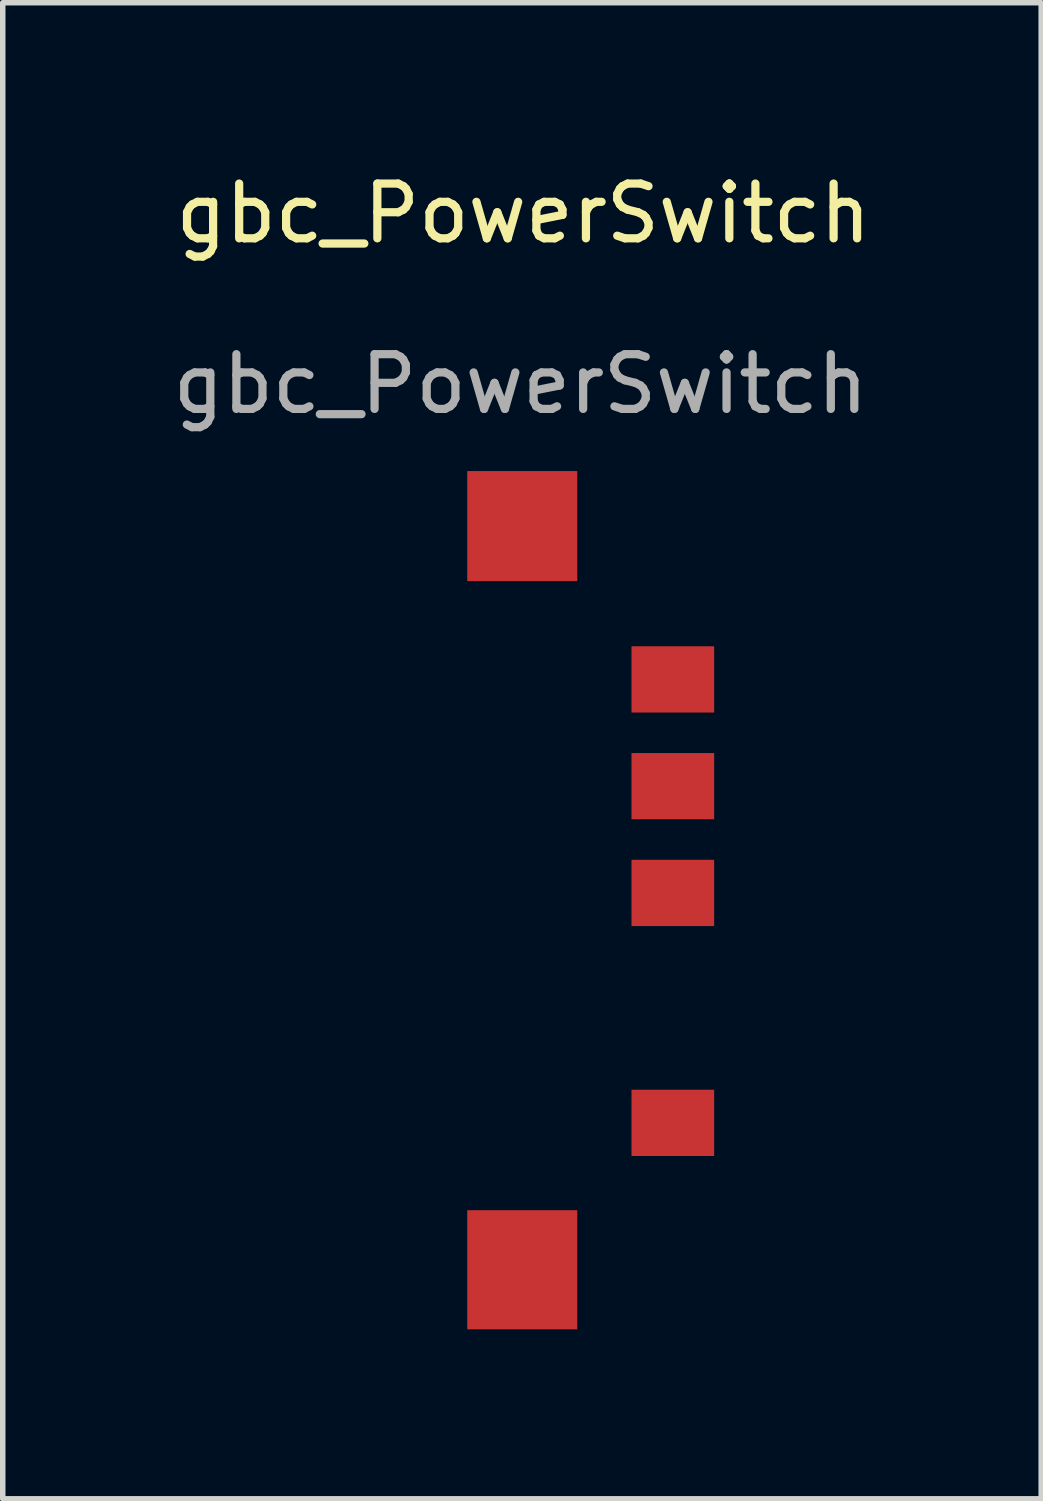
<source format=kicad_pcb>
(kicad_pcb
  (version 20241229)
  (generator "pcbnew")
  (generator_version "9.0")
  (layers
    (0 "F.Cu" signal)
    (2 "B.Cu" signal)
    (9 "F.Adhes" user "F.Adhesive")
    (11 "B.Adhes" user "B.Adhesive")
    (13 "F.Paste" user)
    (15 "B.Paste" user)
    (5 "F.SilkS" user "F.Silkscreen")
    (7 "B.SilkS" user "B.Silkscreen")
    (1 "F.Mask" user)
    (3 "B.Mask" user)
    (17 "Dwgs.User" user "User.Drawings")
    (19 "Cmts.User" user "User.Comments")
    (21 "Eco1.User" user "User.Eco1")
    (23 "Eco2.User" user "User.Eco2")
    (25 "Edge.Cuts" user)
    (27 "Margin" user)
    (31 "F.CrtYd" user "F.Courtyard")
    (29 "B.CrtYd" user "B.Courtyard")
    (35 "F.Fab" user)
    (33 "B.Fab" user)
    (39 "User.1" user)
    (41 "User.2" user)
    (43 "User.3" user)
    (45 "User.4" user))
  (footprint "gbc_PowerSwitch"
    (layer "F.Cu")
    (at 6.489 13.234)
    (property "Reference" "gbc_PowerSwitch" (at 0.02 -12.386 0) (unlocked yes) (layer "F.SilkS") (effects (font (size 1 1) (thickness 0.15))))
    (attr smd)
    (fp_poly (pts (xy 1 -5.675) (xy -1 -5.675) (xy -1 -7.675) (xy 1 -7.675)) (stroke (width 0.2) (type solid)) (fill yes) (layer "F.Mask"))
    (fp_poly (pts (xy 1 5.825) (xy -1 5.825) (xy -1 7.991) (xy 1 7.991)) (stroke (width 0.2) (type solid)) (fill yes) (layer "F.Mask"))
    (fp_poly (pts (xy 2 -1.325) (xy 2 -2.525) (xy 3.5 -2.525) (xy 3.5 -1.325)) (stroke (width 0.2) (type solid)) (fill yes) (layer "F.Mask"))
    (fp_poly (pts (xy 2 0.625) (xy 2 -0.575) (xy 3.5 -0.575) (xy 3.5 0.625)) (stroke (width 0.2) (type solid)) (fill yes) (layer "F.Mask"))
    (fp_poly (pts (xy 2 4.825) (xy 2 3.625) (xy 3.5 3.625) (xy 3.5 4.825)) (stroke (width 0.2) (type solid)) (fill yes) (layer "F.Mask"))
    (fp_poly (pts (xy 3.5 -4.475) (xy 2 -4.475) (xy 2 -3.275) (xy 3.5 -3.275) (xy 3.5 -4.475) (xy 2 -3.275)) (stroke (width 0.2) (type solid)) (fill yes) (layer "F.Mask"))
    (fp_text user "${REFERENCE}" (at -0.031 -9.27 0) (unlocked yes) (layer "F.Fab") (effects (font (size 1 1) (thickness 0.15))))
    (pad "1" smd custom (at 2.725 -3.875) (size 0.762 0.762) (layers "F.Cu" "F.Mask" "F.Paste") (options (anchor circle)) (primitives (gr_poly (pts (xy -0.384 -0.191) (xy -0.369 -0.263) (xy -0.328 -0.325) (xy -0.266 -0.366) (xy -0.194 -0.381) (xy 0.194 -0.381) (xy 0.266 -0.366) (xy 0.328 -0.325) (xy 0.369 -0.263) (xy 0.384 -0.191) (xy 0.384 0.191) (xy 0.369 0.263) (xy 0.328 0.325) (xy 0.266 0.366) (xy 0.194 0.381) (xy -0.194 0.381) (xy -0.266 0.366) (xy -0.328 0.325) (xy -0.369 0.263) (xy -0.384 0.191)) (width 0) (fill yes)) (gr_poly (pts (xy 0.775 -0.6) (xy -0.725 -0.6) (xy -0.725 0.6) (xy 0.775 0.6) (xy 0.775 -0.6) (xy -0.725 0.6)) (width 0.01) (fill yes))))
    (pad "2" smd custom (at 2.7 4.225) (size 0.587 0.587) (layers "F.Cu" "F.Mask" "F.Paste") (options (anchor circle)) (primitives (gr_poly (pts (xy -0.459 -0.147) (xy -0.448 -0.203) (xy -0.416 -0.251) (xy -0.368 -0.282) (xy -0.312 -0.293) (xy 0.312 -0.293) (xy 0.368 -0.282) (xy 0.416 -0.251) (xy 0.448 -0.203) (xy 0.459 -0.147) (xy 0.459 0.147) (xy 0.448 0.203) (xy 0.416 0.251) (xy 0.368 0.282) (xy 0.312 0.293) (xy -0.312 0.293) (xy -0.368 0.282) (xy -0.416 0.251) (xy -0.448 0.203) (xy -0.459 0.147)) (width 0) (fill yes)) (gr_poly (pts (xy -0.7 0.6) (xy -0.7 -0.6) (xy 0.8 -0.6) (xy 0.8 0.6)) (width 0.01) (fill yes)) (gr_line (start -0.7 0.6) (end -0.7 0.6) (width 0.01)) (gr_line (start 0.8 -0.6) (end 0.8 -0.6) (width 0.01)) (gr_line (start 0.8 -0.6) (end 0.8 -0.6) (width 0.01)) (gr_line (start 0.8 0.6) (end 0.8 0.6) (width 0.01)) (gr_line (start 0.8 0.6) (end 0.8 0.6) (width 0.01)) (gr_line (start -0.7 0.6) (end -0.7 0.6) (width 0.01))))
    (pad "C" smd custom (at 2.75 -0.05) (size 0.562 0.562) (layers "F.Cu" "F.Mask" "F.Paste") (options (anchor circle)) (primitives (gr_poly (pts (xy -0.384 -0.141) (xy -0.373 -0.194) (xy -0.343 -0.24) (xy -0.297 -0.27) (xy -0.243 -0.281) (xy 0.243 -0.281) (xy 0.297 -0.27) (xy 0.343 -0.24) (xy 0.373 -0.194) (xy 0.384 -0.141) (xy 0.384 0.141) (xy 0.373 0.194) (xy 0.343 0.24) (xy 0.297 0.27) (xy 0.243 0.281) (xy -0.243 0.281) (xy -0.297 0.27) (xy -0.343 0.24) (xy -0.373 0.194) (xy -0.384 0.141)) (width 0) (fill yes)) (gr_poly (pts (xy -0.75 0.675) (xy -0.75 -0.525) (xy 0.75 -0.525) (xy 0.75 0.675)) (width 0.01) (fill yes))))
    (pad "MP" smd custom (at -0.075 7.025) (size 0.762 0.762) (layers "F.Cu" "F.Mask" "F.Paste") (options (anchor circle)) (primitives (gr_poly (pts (xy -0.546 -0.191) (xy -0.532 -0.263) (xy -0.491 -0.325) (xy -0.429 -0.366) (xy -0.356 -0.381) (xy 0.356 -0.381) (xy 0.429 -0.366) (xy 0.491 -0.325) (xy 0.532 -0.263) (xy 0.546 -0.191) (xy 0.546 0.191) (xy 0.532 0.263) (xy 0.491 0.325) (xy 0.429 0.366) (xy 0.356 0.381) (xy -0.356 0.381) (xy -0.429 0.366) (xy -0.491 0.325) (xy -0.532 0.263) (xy -0.546 0.191)) (width 0) (fill yes)) (gr_poly (pts (xy 1.075 -1.2) (xy -0.925 -1.2) (xy -0.925 0.966) (xy 1.075 0.966)) (width 0.01) (fill yes))))
    (pad "MP" smd custom (at -0.05 -6.625) (size 1.037 1.037) (layers "F.Cu" "F.Mask" "F.Paste") (options (anchor circle)) (primitives (gr_poly (pts (xy -0.634 -0.259) (xy -0.614 -0.358) (xy -0.558 -0.443) (xy -0.474 -0.499) (xy -0.375 -0.518) (xy 0.375 -0.518) (xy 0.474 -0.499) (xy 0.558 -0.443) (xy 0.614 -0.358) (xy 0.634 -0.259) (xy 0.634 0.259) (xy 0.614 0.358) (xy 0.558 0.443) (xy 0.474 0.499) (xy 0.375 0.518) (xy -0.375 0.518) (xy -0.474 0.499) (xy -0.558 0.443) (xy -0.614 0.358) (xy -0.634 0.259)) (width 0) (fill yes)) (gr_poly (pts (xy 1.05 0.95) (xy -0.95 0.95) (xy -0.95 -1.05) (xy 1.05 -1.05)) (width 0.01) (fill yes))))
    (pad "NC" smd custom (at 2.725 -1.95) (size 0.762 0.762) (layers "F.Cu" "F.Mask" "F.Paste") (options (anchor circle)) (primitives (gr_poly (pts (xy -0.447 -0.191) (xy -0.432 -0.263) (xy -0.391 -0.325) (xy -0.329 -0.366) (xy -0.256 -0.381) (xy 0.256 -0.381) (xy 0.329 -0.366) (xy 0.391 -0.325) (xy 0.432 -0.263) (xy 0.447 -0.191) (xy 0.447 0.191) (xy 0.432 0.263) (xy 0.391 0.325) (xy 0.329 0.366) (xy 0.256 0.381) (xy -0.256 0.381) (xy -0.329 0.366) (xy -0.391 0.325) (xy -0.432 0.263) (xy -0.447 0.191)) (width 0) (fill yes)) (gr_poly (pts (xy -0.725 0.625) (xy -0.725 -0.575) (xy 0.775 -0.575) (xy 0.775 0.625)) (width 0.01) (fill yes)) (gr_line (start -0.725 0.625) (end -0.725 0.625) (width 0.01)) (gr_line (start 0.775 -0.575) (end 0.775 -0.575) (width 0.01)) (gr_line (start 0.775 0.625) (end 0.775 0.625) (width 0.01)) (gr_line (start 0.775 -0.575) (end 0.775 -0.575) (width 0.01)) (gr_line (start -0.725 0.625) (end -0.725 0.625) (width 0.01)) (gr_line (start 0.775 0.625) (end 0.775 0.625) (width 0.01)))))
  (gr_rect
    (start -3 -3)
    (end 15.967 24.325)
    (stroke (width 0.1) (type default))
    (fill no)
    (layer "Edge.Cuts")))
</source>
